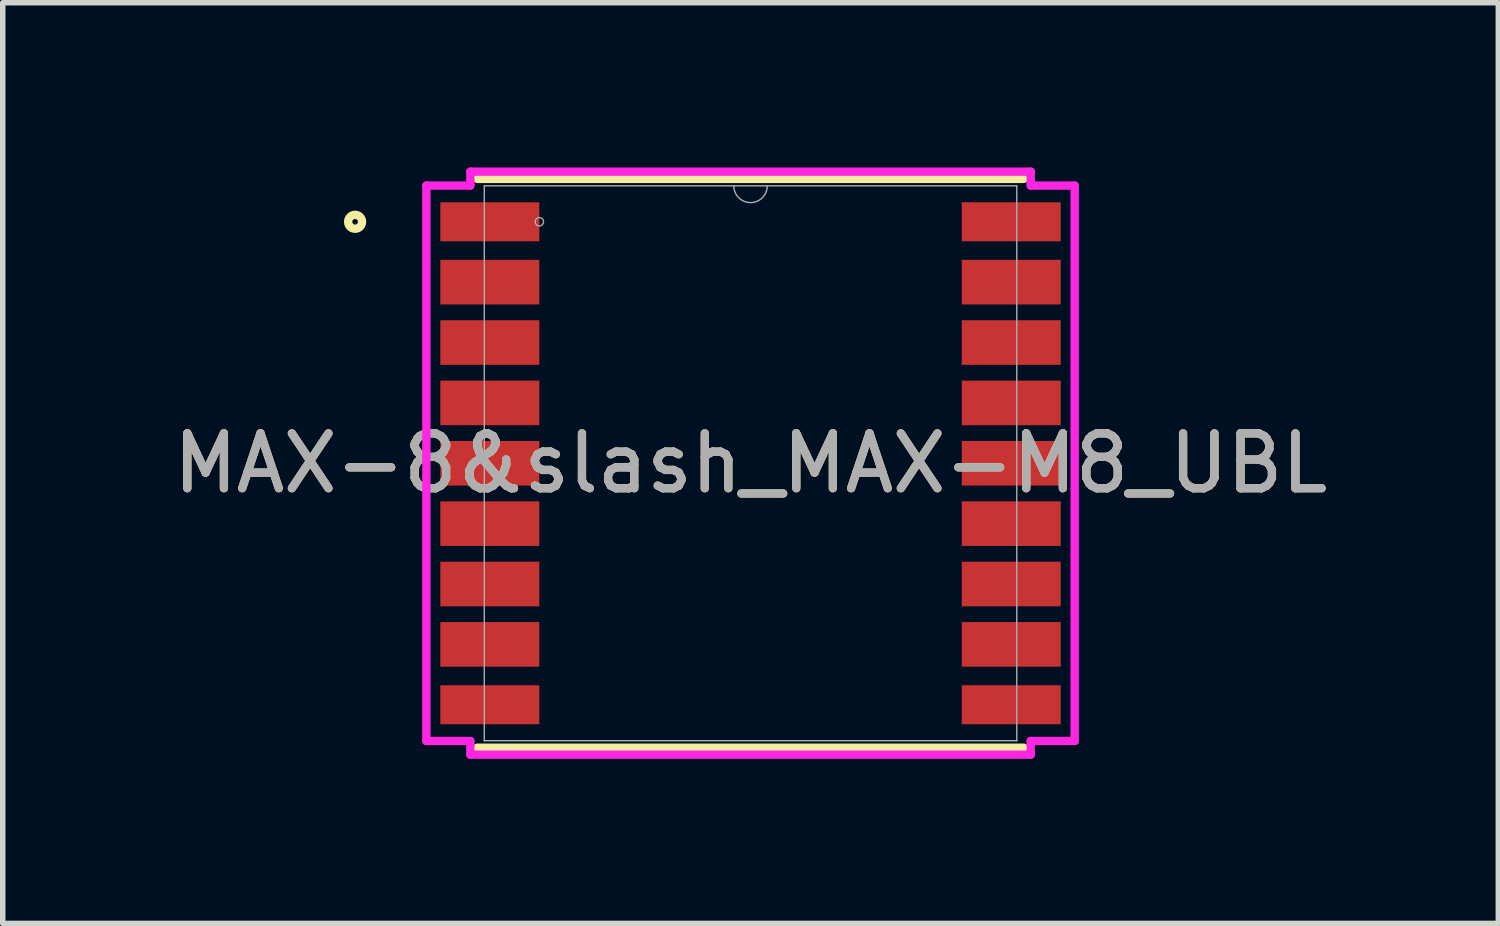
<source format=kicad_pcb>
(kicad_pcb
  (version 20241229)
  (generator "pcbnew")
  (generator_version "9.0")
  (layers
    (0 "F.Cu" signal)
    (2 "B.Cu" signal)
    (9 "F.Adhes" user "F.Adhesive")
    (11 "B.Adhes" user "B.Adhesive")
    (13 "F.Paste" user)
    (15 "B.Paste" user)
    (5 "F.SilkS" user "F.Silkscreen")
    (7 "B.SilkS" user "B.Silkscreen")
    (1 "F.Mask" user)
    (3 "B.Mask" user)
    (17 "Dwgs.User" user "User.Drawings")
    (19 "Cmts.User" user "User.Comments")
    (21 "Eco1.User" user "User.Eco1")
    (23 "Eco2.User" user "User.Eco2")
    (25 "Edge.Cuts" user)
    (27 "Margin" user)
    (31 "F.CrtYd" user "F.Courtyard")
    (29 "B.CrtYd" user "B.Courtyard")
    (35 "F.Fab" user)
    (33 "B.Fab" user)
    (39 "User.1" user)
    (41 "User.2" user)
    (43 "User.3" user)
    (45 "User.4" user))
  (footprint "MAX-8&slash_MAX-M8_UBL"
    (layer "F.Cu")
    (at 10.625 5.391)
    (property "Reference" "MAX-8&slash_MAX-M8_UBL" (at 0 0 0) (unlocked yes) (layer "F.SilkS") (effects (font (size 1 1) (thickness 0.15))))
    (attr smd)
    (fp_line (start -4.978 5.182) (end 4.978 5.182) (stroke (width 0.152) (type solid)) (layer "F.SilkS"))
    (fp_line (start 4.978 -5.182) (end -4.978 -5.182) (stroke (width 0.152) (type solid)) (layer "F.SilkS"))
    (fp_circle (center -7.205 -4.4) (end -7.078 -4.4) (stroke (width 0.152) (type solid)) (fill no) (layer "F.SilkS"))
    (fp_line (start -5.906 -5.06) (end -5.105 -5.06) (stroke (width 0.152) (type solid)) (layer "F.CrtYd"))
    (fp_line (start -5.906 5.06) (end -5.906 -5.06) (stroke (width 0.152) (type solid)) (layer "F.CrtYd"))
    (fp_line (start -5.906 5.06) (end -5.105 5.06) (stroke (width 0.152) (type solid)) (layer "F.CrtYd"))
    (fp_line (start -5.105 -5.314) (end 5.105 -5.314) (stroke (width 0.152) (type solid)) (layer "F.CrtYd"))
    (fp_line (start -5.105 -5.06) (end -5.105 -5.314) (stroke (width 0.152) (type solid)) (layer "F.CrtYd"))
    (fp_line (start -5.105 5.309) (end -5.105 5.06) (stroke (width 0.152) (type solid)) (layer "F.CrtYd"))
    (fp_line (start 5.105 -5.314) (end 5.105 -5.06) (stroke (width 0.152) (type solid)) (layer "F.CrtYd"))
    (fp_line (start 5.105 5.06) (end 5.105 5.309) (stroke (width 0.152) (type solid)) (layer "F.CrtYd"))
    (fp_line (start 5.105 5.309) (end -5.105 5.309) (stroke (width 0.152) (type solid)) (layer "F.CrtYd"))
    (fp_line (start 5.906 -5.06) (end 5.105 -5.06) (stroke (width 0.152) (type solid)) (layer "F.CrtYd"))
    (fp_line (start 5.906 -5.06) (end 5.906 5.06) (stroke (width 0.152) (type solid)) (layer "F.CrtYd"))
    (fp_line (start 5.906 5.06) (end 5.105 5.06) (stroke (width 0.152) (type solid)) (layer "F.CrtYd"))
    (fp_line (start -4.851 -5.055) (end -4.851 5.055) (stroke (width 0.025) (type solid)) (layer "F.Fab"))
    (fp_line (start -4.851 5.055) (end 4.851 5.055) (stroke (width 0.025) (type solid)) (layer "F.Fab"))
    (fp_line (start 4.851 -5.055) (end -4.851 -5.055) (stroke (width 0.025) (type solid)) (layer "F.Fab"))
    (fp_line (start 4.851 5.055) (end 4.851 -5.055) (stroke (width 0.025) (type solid)) (layer "F.Fab"))
    (fp_arc (start 0.3048 -5.0546) (mid 0 -4.7498) (end -0.3048 -5.0546) (stroke (width 0.0254) (type solid)) (layer "F.Fab"))
    (fp_circle (center -3.848 -4.4) (end -3.772 -4.4) (stroke (width 0.025) (type solid)) (fill no) (layer "F.Fab"))
    (fp_text user "${REFERENCE}" (at 0 0 0) (unlocked yes) (layer "F.Fab") (effects (font (size 1 1) (thickness 0.15))))
    (pad "1" smd rect (at -4.75 -4.4) (size 1.803 0.711) (layers "F.Cu" "F.Mask" "F.Paste"))
    (pad "2" smd rect (at -4.75 -3.3) (size 1.803 0.813) (layers "F.Cu" "F.Mask" "F.Paste"))
    (pad "3" smd rect (at -4.75 -2.2) (size 1.803 0.813) (layers "F.Cu" "F.Mask" "F.Paste"))
    (pad "4" smd rect (at -4.75 -1.1) (size 1.803 0.813) (layers "F.Cu" "F.Mask" "F.Paste"))
    (pad "5" smd rect (at -4.75 0) (size 1.803 0.813) (layers "F.Cu" "F.Mask" "F.Paste"))
    (pad "6" smd rect (at -4.75 1.1) (size 1.803 0.813) (layers "F.Cu" "F.Mask" "F.Paste"))
    (pad "7" smd rect (at -4.75 2.2) (size 1.803 0.813) (layers "F.Cu" "F.Mask" "F.Paste"))
    (pad "8" smd rect (at -4.75 3.3) (size 1.803 0.813) (layers "F.Cu" "F.Mask" "F.Paste"))
    (pad "9" smd rect (at -4.75 4.4) (size 1.803 0.711) (layers "F.Cu" "F.Mask" "F.Paste"))
    (pad "10" smd rect (at 4.75 4.4) (size 1.803 0.711) (layers "F.Cu" "F.Mask" "F.Paste"))
    (pad "11" smd rect (at 4.75 3.3) (size 1.803 0.813) (layers "F.Cu" "F.Mask" "F.Paste"))
    (pad "12" smd rect (at 4.75 2.2) (size 1.803 0.813) (layers "F.Cu" "F.Mask" "F.Paste"))
    (pad "13" smd rect (at 4.75 1.1) (size 1.803 0.813) (layers "F.Cu" "F.Mask" "F.Paste"))
    (pad "14" smd rect (at 4.75 0) (size 1.803 0.813) (layers "F.Cu" "F.Mask" "F.Paste"))
    (pad "15" smd rect (at 4.75 -1.1) (size 1.803 0.813) (layers "F.Cu" "F.Mask" "F.Paste"))
    (pad "16" smd rect (at 4.75 -2.2) (size 1.803 0.813) (layers "F.Cu" "F.Mask" "F.Paste"))
    (pad "17" smd rect (at 4.75 -3.3) (size 1.803 0.813) (layers "F.Cu" "F.Mask" "F.Paste"))
    (pad "18" smd rect (at 4.75 -4.4) (size 1.803 0.711) (layers "F.Cu" "F.Mask" "F.Paste")))
  (gr_rect
    (start -3 -3)
    (end 24.25 13.775)
    (stroke (width 0.1) (type default))
    (fill no)
    (layer "Edge.Cuts")))
</source>
